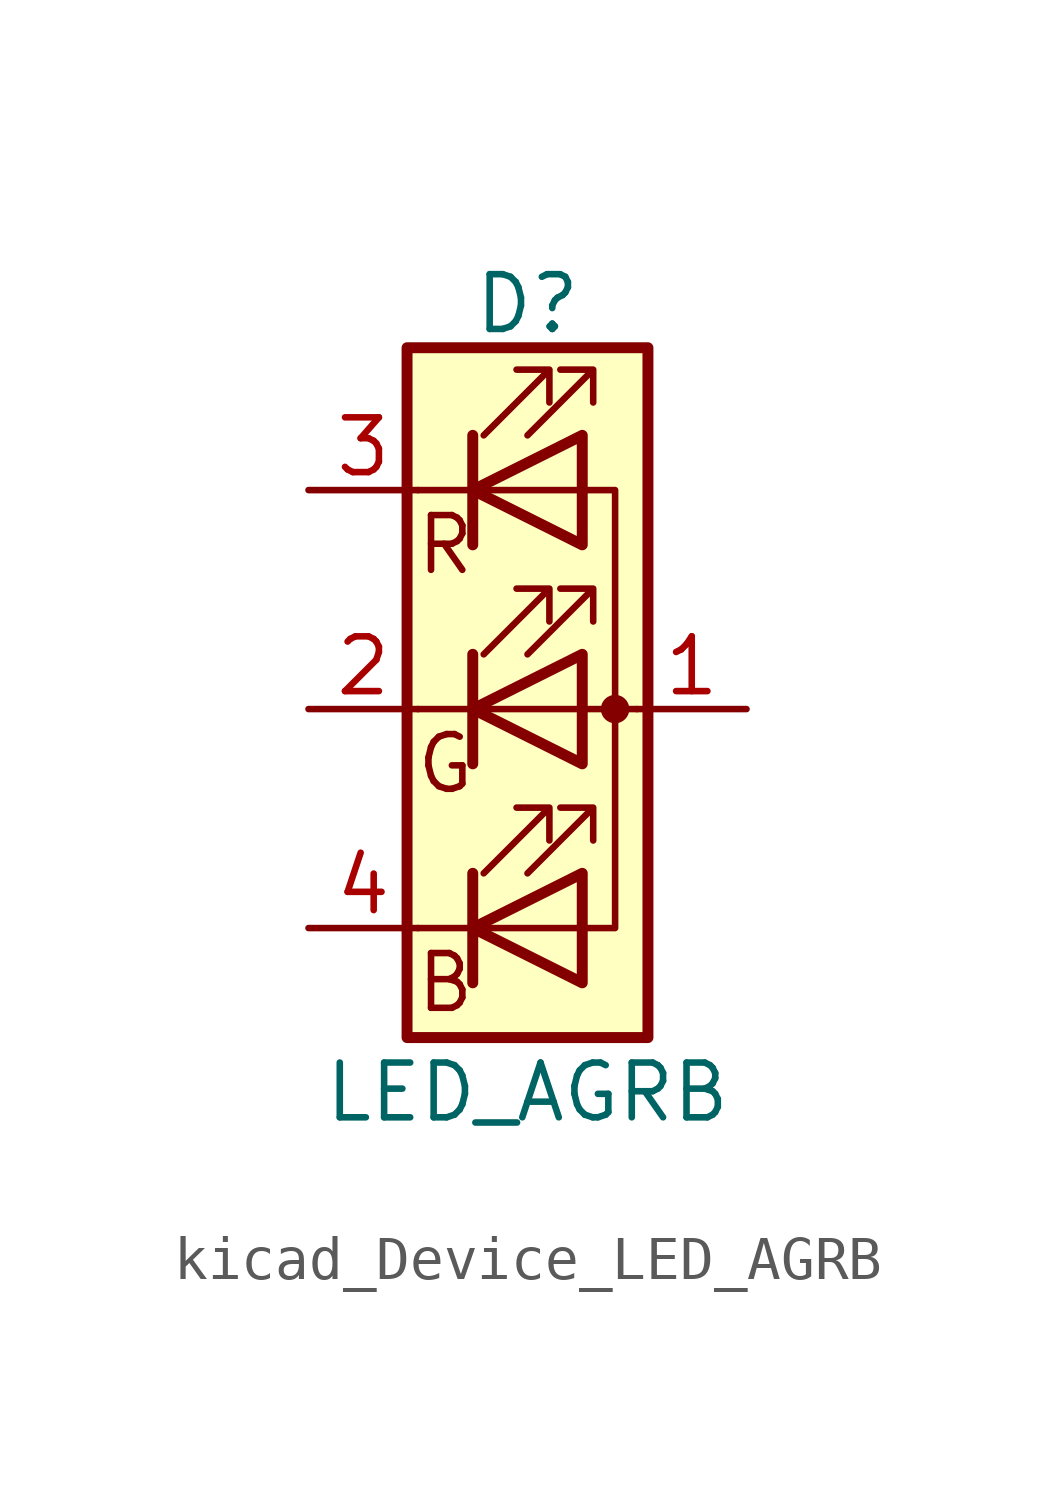
<source format=kicad_sym>
(kicad_symbol_lib
  (version 20220914)
  (generator kicad_symbol_editor)
  (symbol "kicad_Device_LED_AGRB"
    (pin_names
      (offset 0) hide)
    (property "Reference" "D"
      (at 0 9.398 0)
      (effects (font (size 1.27 1.27))))
    (property "Value" "LED_AGRB"
      (at 0 -8.89 0)
      (effects (font (size 1.27 1.27))))
    (symbol "kicad_Device_LED_AGRB_0_0"
      (text "B" (at -1.905 -6.35 0) (effects (font (size 1.27 1.27))))
      (text "G" (at -1.905 -1.27 0) (effects (font (size 1.27 1.27))))
      (text "R" (at -1.905 3.81 0) (effects (font (size 1.27 1.27)))))
    (symbol "kicad_Device_LED_AGRB_0_1"
      (polyline (pts (xy -1.27 -5.08) (xy -2.54 -5.08)) (stroke (width 0) (type default)) (fill (type none)))
      (polyline (pts (xy -1.27 -5.08) (xy 1.27 -5.08)) (stroke (width 0) (type default)) (fill (type none)))
      (polyline (pts (xy -1.27 -3.81) (xy -1.27 -6.35)) (stroke (width 0.254) (type default)) (fill (type none)))
      (polyline (pts (xy -1.27 0) (xy -2.54 0)) (stroke (width 0) (type default)) (fill (type none)))
      (polyline (pts (xy -1.27 1.27) (xy -1.27 -1.27)) (stroke (width 0.254) (type default)) (fill (type none)))
      (polyline (pts (xy -1.27 5.08) (xy -2.54 5.08)) (stroke (width 0) (type default)) (fill (type none)))
      (polyline (pts (xy -1.27 5.08) (xy 1.27 5.08)) (stroke (width 0) (type default)) (fill (type none)))
      (polyline (pts (xy -1.27 6.35) (xy -1.27 3.81)) (stroke (width 0.254) (type default)) (fill (type none)))
      (polyline (pts (xy 1.27 0) (xy -1.27 0)) (stroke (width 0) (type default)) (fill (type none)))
      (polyline (pts (xy 1.27 0) (xy 2.54 0)) (stroke (width 0) (type default)) (fill (type none)))
      (polyline (pts (xy -1.27 1.27) (xy -1.27 -1.27) (xy -1.27 -1.27)) (stroke (width 0) (type default)) (fill (type none)))
      (polyline (pts (xy -1.27 6.35) (xy -1.27 3.81) (xy -1.27 3.81)) (stroke (width 0) (type default)) (fill (type none)))
      (polyline (pts (xy 1.27 -5.08) (xy 2.032 -5.08) (xy 2.032 5.08) (xy 1.27 5.08)) (stroke (width 0) (type default)) (fill (type none)))
      (polyline (pts (xy 1.27 -3.81) (xy 1.27 -6.35) (xy -1.27 -5.08) (xy 1.27 -3.81)) (stroke (width 0.254) (type default)) (fill (type none)))
      (polyline (pts (xy 1.27 1.27) (xy 1.27 -1.27) (xy -1.27 0) (xy 1.27 1.27)) (stroke (width 0.254) (type default)) (fill (type none)))
      (polyline (pts (xy 1.27 6.35) (xy 1.27 3.81) (xy -1.27 5.08) (xy 1.27 6.35)) (stroke (width 0.254) (type default)) (fill (type none)))
      (polyline (pts (xy -1.016 -3.81) (xy 0.508 -2.286) (xy -0.254 -2.286) (xy 0.508 -2.286) (xy 0.508 -3.048)) (stroke (width 0) (type default)) (fill (type none)))
      (polyline (pts (xy -1.016 1.27) (xy 0.508 2.794) (xy -0.254 2.794) (xy 0.508 2.794) (xy 0.508 2.032)) (stroke (width 0) (type default)) (fill (type none)))
      (polyline (pts (xy -1.016 6.35) (xy 0.508 7.874) (xy -0.254 7.874) (xy 0.508 7.874) (xy 0.508 7.112)) (stroke (width 0) (type default)) (fill (type none)))
      (polyline (pts (xy 0 -3.81) (xy 1.524 -2.286) (xy 0.762 -2.286) (xy 1.524 -2.286) (xy 1.524 -3.048)) (stroke (width 0) (type default)) (fill (type none)))
      (polyline (pts (xy 0 1.27) (xy 1.524 2.794) (xy 0.762 2.794) (xy 1.524 2.794) (xy 1.524 2.032)) (stroke (width 0) (type default)) (fill (type none)))
      (polyline (pts (xy 0 6.35) (xy 1.524 7.874) (xy 0.762 7.874) (xy 1.524 7.874) (xy 1.524 7.112)) (stroke (width 0) (type default)) (fill (type none)))
      (rectangle (start 1.27 -1.27) (end 1.27 1.27) (stroke (width 0) (type default)) (fill (type none)))
      (rectangle (start 1.27 1.27) (end 1.27 1.27) (stroke (width 0) (type default)) (fill (type none)))
      (rectangle (start 1.27 3.81) (end 1.27 6.35) (stroke (width 0) (type default)) (fill (type none)))
      (rectangle (start 1.27 6.35) (end 1.27 6.35) (stroke (width 0) (type default)) (fill (type none)))
      (circle (center 2.032 0) (radius 0.254) (stroke (width 0) (type default)) (fill (type outline)))
      (rectangle (start 2.794 8.382) (end -2.794 -7.62) (stroke (width 0.254) (type default)) (fill (type background))))
    (symbol "kicad_Device_LED_AGRB_1_1"
      (pin passive line (at 5.08 0 180) (length 2.54) (name "A" (effects (font (size 1.27 1.27)))) (number "1" (effects (font (size 1.27 1.27)))))
      (pin passive line (at -5.08 0 0) (length 2.54) (name "GK" (effects (font (size 1.27 1.27)))) (number "2" (effects (font (size 1.27 1.27)))))
      (pin passive line (at -5.08 5.08 0) (length 2.54) (name "RK" (effects (font (size 1.27 1.27)))) (number "3" (effects (font (size 1.27 1.27)))))
      (pin passive line (at -5.08 -5.08 0) (length 2.54) (name "BK" (effects (font (size 1.27 1.27)))) (number "4" (effects (font (size 1.27 1.27))))))))
</source>
